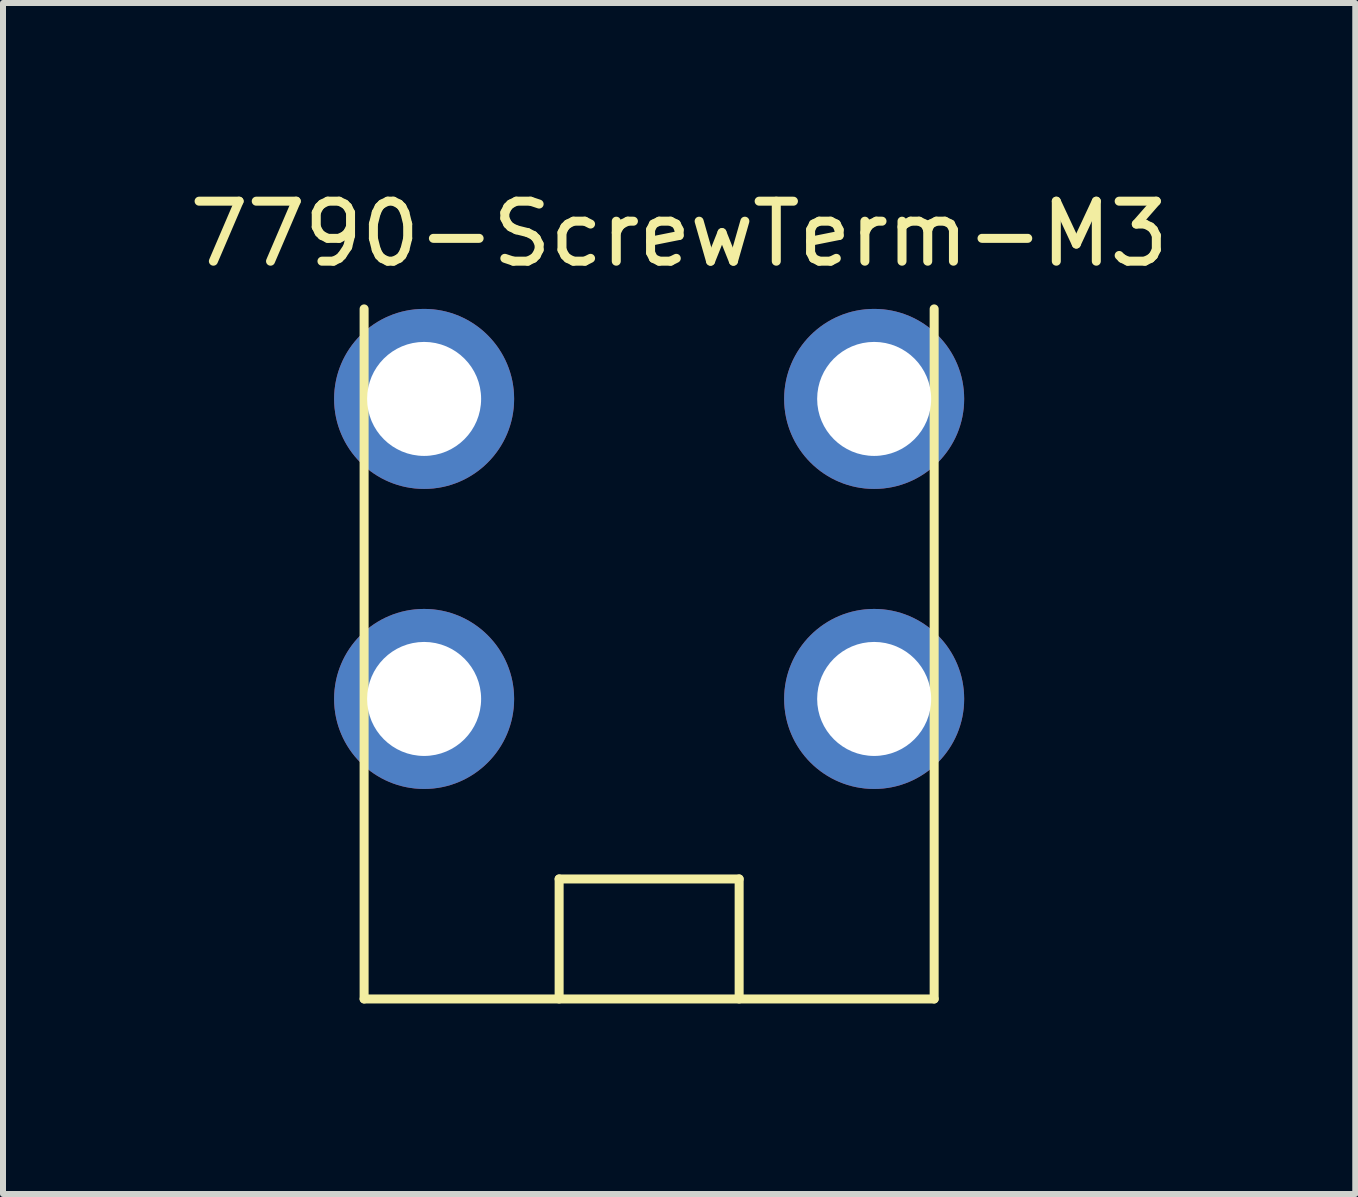
<source format=kicad_pcb>
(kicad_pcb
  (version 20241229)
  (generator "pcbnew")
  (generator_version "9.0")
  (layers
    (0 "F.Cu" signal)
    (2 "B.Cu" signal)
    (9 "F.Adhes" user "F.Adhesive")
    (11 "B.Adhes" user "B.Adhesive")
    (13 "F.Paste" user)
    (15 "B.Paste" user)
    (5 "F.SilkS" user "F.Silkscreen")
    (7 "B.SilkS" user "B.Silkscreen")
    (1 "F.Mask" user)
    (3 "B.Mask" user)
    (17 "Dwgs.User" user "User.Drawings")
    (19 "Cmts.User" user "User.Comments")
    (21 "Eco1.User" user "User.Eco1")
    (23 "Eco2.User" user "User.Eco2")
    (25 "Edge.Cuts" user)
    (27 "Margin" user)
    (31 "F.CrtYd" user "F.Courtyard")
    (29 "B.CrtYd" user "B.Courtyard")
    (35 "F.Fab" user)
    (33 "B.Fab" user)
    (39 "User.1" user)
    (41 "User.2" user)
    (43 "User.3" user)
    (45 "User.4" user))
  (footprint "7790-ScrewTerm-M3"
    (layer "F.Cu")
    (at 7.768 13.598)
    (property "Reference" "7790-ScrewTerm-M3" (at 0.5 -12.75 0) (layer "F.SilkS") (effects (font (size 1 1) (thickness 0.15))))
    (attr through_hole)
    (fp_line (start -4.75 0) (end -4.75 -11.5) (stroke (width 0.15) (type solid)) (layer "F.SilkS"))
    (fp_line (start -4.75 0) (end 4.75 0) (stroke (width 0.15) (type solid)) (layer "F.SilkS"))
    (fp_line (start -1.5 -2) (end 1.5 -2) (stroke (width 0.15) (type solid)) (layer "F.SilkS"))
    (fp_line (start -1.5 0) (end -1.5 -2) (stroke (width 0.15) (type solid)) (layer "F.SilkS"))
    (fp_line (start 1.5 -2) (end 1.5 0) (stroke (width 0.15) (type solid)) (layer "F.SilkS"))
    (fp_line (start 4.75 0) (end 4.75 -11.5) (stroke (width 0.15) (type solid)) (layer "F.SilkS"))
    (pad "1" thru_hole circle (at -3.75 -5) (size 3 3) (drill 1.9) (layers "*.Cu" "*.Mask"))
    (pad "3" thru_hole circle (at -3.75 -10) (size 3 3) (drill 1.9) (layers "*.Cu" "*.Mask"))
    (pad "4" thru_hole circle (at 3.75 -10) (size 3 3) (drill 1.9) (layers "*.Cu" "*.Mask"))
    (pad "5" thru_hole circle (at 3.75 -5) (size 3 3) (drill 1.9) (layers "*.Cu" "*.Mask")))
  (gr_rect
    (start -3 -3)
    (end 19.536 16.848)
    (stroke (width 0.1) (type default))
    (fill no)
    (layer "Edge.Cuts")))
</source>
